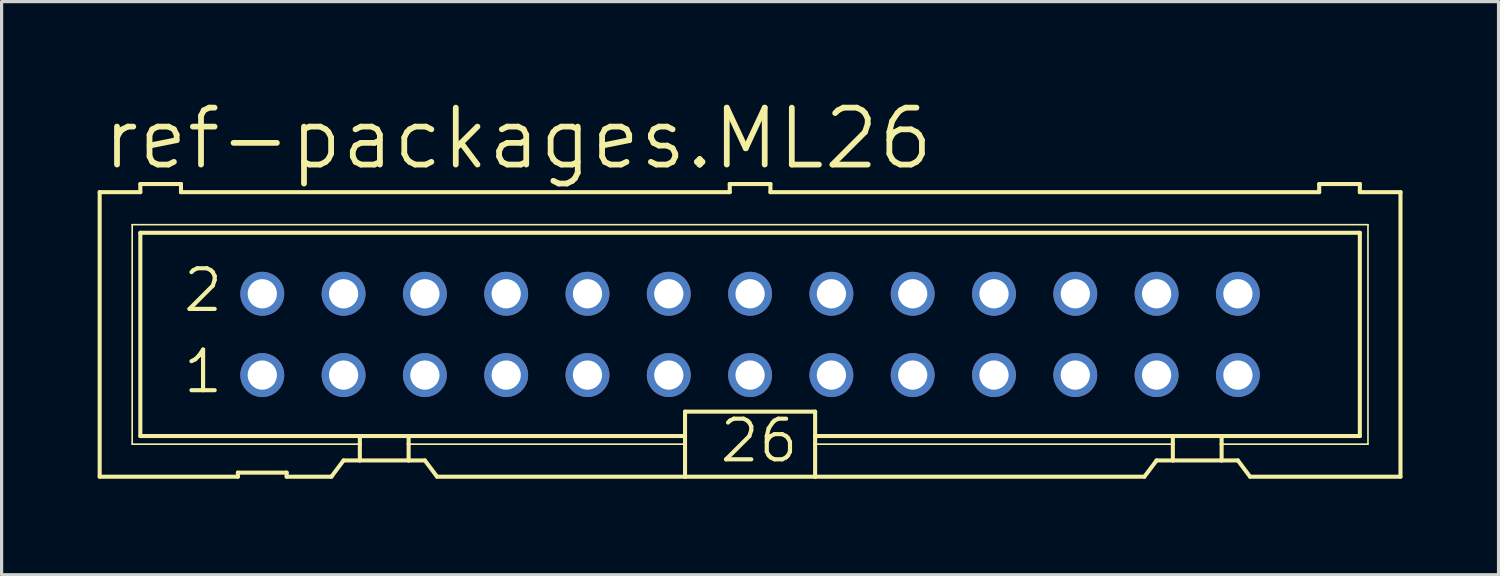
<source format=kicad_pcb>
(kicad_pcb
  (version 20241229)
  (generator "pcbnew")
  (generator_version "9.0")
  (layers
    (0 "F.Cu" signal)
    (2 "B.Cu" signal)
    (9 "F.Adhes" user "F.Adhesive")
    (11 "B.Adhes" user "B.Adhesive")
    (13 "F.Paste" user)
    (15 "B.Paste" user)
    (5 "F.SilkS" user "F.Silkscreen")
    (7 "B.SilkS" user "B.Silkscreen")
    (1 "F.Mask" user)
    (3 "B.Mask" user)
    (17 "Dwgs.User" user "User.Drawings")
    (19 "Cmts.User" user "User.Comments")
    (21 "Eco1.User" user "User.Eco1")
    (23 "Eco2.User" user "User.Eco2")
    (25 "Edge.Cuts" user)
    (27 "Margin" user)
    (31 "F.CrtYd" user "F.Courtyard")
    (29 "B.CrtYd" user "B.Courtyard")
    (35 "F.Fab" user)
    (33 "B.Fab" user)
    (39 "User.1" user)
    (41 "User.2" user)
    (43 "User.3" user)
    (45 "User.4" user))
  (footprint "ref-packages.ML26"
    (layer "F.Cu")
    (at 20.384 7.398)
    (property "Reference" "ref-packages.ML26" (at -20.32 -5.08 0) (layer "F.SilkS") (effects (font (size 1.778 1.778) (thickness 0.18)) (justify left bottom)))
    (attr through_hole)
    (fp_line (start -20.32 -4.445) (end -20.32 4.445) (stroke (width 0.127) (type default)) (layer "F.SilkS"))
    (fp_line (start -20.32 -4.445) (end -19.05 -4.445) (stroke (width 0.127) (type default)) (layer "F.SilkS"))
    (fp_line (start -20.32 4.445) (end -16.002 4.445) (stroke (width 0.127) (type default)) (layer "F.SilkS"))
    (fp_line (start -19.304 -3.429) (end -19.304 3.429) (stroke (width 0.051) (type default)) (layer "F.SilkS"))
    (fp_line (start -19.304 3.429) (end -12.192 3.429) (stroke (width 0.051) (type default)) (layer "F.SilkS"))
    (fp_line (start -19.05 -4.699) (end -19.05 -4.445) (stroke (width 0.127) (type default)) (layer "F.SilkS"))
    (fp_line (start -19.05 -3.175) (end -19.05 3.175) (stroke (width 0.127) (type default)) (layer "F.SilkS"))
    (fp_line (start -19.05 -3.175) (end 19.05 -3.175) (stroke (width 0.127) (type default)) (layer "F.SilkS"))
    (fp_line (start -17.78 -4.699) (end -19.05 -4.699) (stroke (width 0.127) (type default)) (layer "F.SilkS"))
    (fp_line (start -17.78 -4.699) (end -17.78 -4.445) (stroke (width 0.127) (type default)) (layer "F.SilkS"))
    (fp_line (start -17.78 -4.445) (end -0.635 -4.445) (stroke (width 0.127) (type default)) (layer "F.SilkS"))
    (fp_line (start -16.002 4.318) (end -16.002 4.445) (stroke (width 0.127) (type default)) (layer "F.SilkS"))
    (fp_line (start -16.002 4.318) (end -14.478 4.318) (stroke (width 0.127) (type default)) (layer "F.SilkS"))
    (fp_line (start -14.478 4.445) (end -14.478 4.318) (stroke (width 0.127) (type default)) (layer "F.SilkS"))
    (fp_line (start -14.478 4.445) (end -13.081 4.445) (stroke (width 0.127) (type default)) (layer "F.SilkS"))
    (fp_line (start -13.081 4.445) (end -12.7 3.937) (stroke (width 0.127) (type default)) (layer "F.SilkS"))
    (fp_line (start -12.192 3.175) (end -19.05 3.175) (stroke (width 0.127) (type default)) (layer "F.SilkS"))
    (fp_line (start -12.192 3.175) (end -12.192 3.429) (stroke (width 0.127) (type default)) (layer "F.SilkS"))
    (fp_line (start -12.192 3.429) (end -12.192 3.937) (stroke (width 0.127) (type default)) (layer "F.SilkS"))
    (fp_line (start -12.192 3.937) (end -12.7 3.937) (stroke (width 0.127) (type default)) (layer "F.SilkS"))
    (fp_line (start -10.668 3.175) (end -12.192 3.175) (stroke (width 0.127) (type default)) (layer "F.SilkS"))
    (fp_line (start -10.668 3.175) (end -10.668 3.429) (stroke (width 0.127) (type default)) (layer "F.SilkS"))
    (fp_line (start -10.668 3.429) (end -10.668 3.937) (stroke (width 0.127) (type default)) (layer "F.SilkS"))
    (fp_line (start -10.668 3.429) (end -2.032 3.429) (stroke (width 0.051) (type default)) (layer "F.SilkS"))
    (fp_line (start -10.668 3.937) (end -12.192 3.937) (stroke (width 0.127) (type default)) (layer "F.SilkS"))
    (fp_line (start -10.16 3.937) (end -10.668 3.937) (stroke (width 0.127) (type default)) (layer "F.SilkS"))
    (fp_line (start -10.16 3.937) (end -9.779 4.445) (stroke (width 0.127) (type default)) (layer "F.SilkS"))
    (fp_line (start -9.779 4.445) (end -2.032 4.445) (stroke (width 0.127) (type default)) (layer "F.SilkS"))
    (fp_line (start -2.032 3.175) (end -10.668 3.175) (stroke (width 0.127) (type default)) (layer "F.SilkS"))
    (fp_line (start -2.032 3.175) (end -2.032 2.413) (stroke (width 0.127) (type default)) (layer "F.SilkS"))
    (fp_line (start -2.032 3.175) (end -2.032 3.429) (stroke (width 0.127) (type default)) (layer "F.SilkS"))
    (fp_line (start -2.032 3.429) (end -2.032 4.445) (stroke (width 0.127) (type default)) (layer "F.SilkS"))
    (fp_line (start -0.635 -4.699) (end -0.635 -4.445) (stroke (width 0.127) (type default)) (layer "F.SilkS"))
    (fp_line (start 0.635 -4.699) (end -0.635 -4.699) (stroke (width 0.127) (type default)) (layer "F.SilkS"))
    (fp_line (start 0.635 -4.699) (end 0.635 -4.445) (stroke (width 0.127) (type default)) (layer "F.SilkS"))
    (fp_line (start 0.635 -4.445) (end 17.78 -4.445) (stroke (width 0.127) (type default)) (layer "F.SilkS"))
    (fp_line (start 2.032 2.413) (end -2.032 2.413) (stroke (width 0.127) (type default)) (layer "F.SilkS"))
    (fp_line (start 2.032 2.413) (end 2.032 3.175) (stroke (width 0.127) (type default)) (layer "F.SilkS"))
    (fp_line (start 2.032 3.175) (end 2.032 3.429) (stroke (width 0.127) (type default)) (layer "F.SilkS"))
    (fp_line (start 2.032 3.429) (end 2.032 4.445) (stroke (width 0.127) (type default)) (layer "F.SilkS"))
    (fp_line (start 2.032 4.445) (end -2.032 4.445) (stroke (width 0.127) (type default)) (layer "F.SilkS"))
    (fp_line (start 12.319 4.445) (end 2.032 4.445) (stroke (width 0.127) (type default)) (layer "F.SilkS"))
    (fp_line (start 12.319 4.445) (end 12.7 3.937) (stroke (width 0.127) (type default)) (layer "F.SilkS"))
    (fp_line (start 13.208 3.175) (end 2.032 3.175) (stroke (width 0.127) (type default)) (layer "F.SilkS"))
    (fp_line (start 13.208 3.175) (end 13.208 3.429) (stroke (width 0.127) (type default)) (layer "F.SilkS"))
    (fp_line (start 13.208 3.429) (end 2.032 3.429) (stroke (width 0.051) (type default)) (layer "F.SilkS"))
    (fp_line (start 13.208 3.429) (end 13.208 3.937) (stroke (width 0.127) (type default)) (layer "F.SilkS"))
    (fp_line (start 13.208 3.937) (end 12.7 3.937) (stroke (width 0.127) (type default)) (layer "F.SilkS"))
    (fp_line (start 14.732 3.175) (end 13.208 3.175) (stroke (width 0.127) (type default)) (layer "F.SilkS"))
    (fp_line (start 14.732 3.175) (end 14.732 3.429) (stroke (width 0.127) (type default)) (layer "F.SilkS"))
    (fp_line (start 14.732 3.429) (end 14.732 3.937) (stroke (width 0.127) (type default)) (layer "F.SilkS"))
    (fp_line (start 14.732 3.429) (end 19.304 3.429) (stroke (width 0.051) (type default)) (layer "F.SilkS"))
    (fp_line (start 14.732 3.937) (end 13.208 3.937) (stroke (width 0.127) (type default)) (layer "F.SilkS"))
    (fp_line (start 15.24 3.937) (end 14.732 3.937) (stroke (width 0.127) (type default)) (layer "F.SilkS"))
    (fp_line (start 15.24 3.937) (end 15.621 4.445) (stroke (width 0.127) (type default)) (layer "F.SilkS"))
    (fp_line (start 17.78 -4.445) (end 17.78 -4.699) (stroke (width 0.127) (type default)) (layer "F.SilkS"))
    (fp_line (start 19.05 -4.699) (end 17.78 -4.699) (stroke (width 0.127) (type default)) (layer "F.SilkS"))
    (fp_line (start 19.05 -4.445) (end 19.05 -4.699) (stroke (width 0.127) (type default)) (layer "F.SilkS"))
    (fp_line (start 19.05 -4.445) (end 20.32 -4.445) (stroke (width 0.127) (type default)) (layer "F.SilkS"))
    (fp_line (start 19.05 3.175) (end 14.732 3.175) (stroke (width 0.127) (type default)) (layer "F.SilkS"))
    (fp_line (start 19.05 3.175) (end 19.05 -3.175) (stroke (width 0.127) (type default)) (layer "F.SilkS"))
    (fp_line (start 19.304 -3.429) (end -19.304 -3.429) (stroke (width 0.051) (type default)) (layer "F.SilkS"))
    (fp_line (start 19.304 3.429) (end 19.304 -3.429) (stroke (width 0.051) (type default)) (layer "F.SilkS"))
    (fp_line (start 20.32 4.445) (end 15.621 4.445) (stroke (width 0.127) (type default)) (layer "F.SilkS"))
    (fp_line (start 20.32 4.445) (end 20.32 -4.445) (stroke (width 0.127) (type default)) (layer "F.SilkS"))
    (fp_rect (start -15.494 -1.016) (end -14.986 -1.524) (stroke (width 0.05) (type default)) (fill no) (layer "F.Fab"))
    (fp_rect (start -15.494 1.524) (end -14.986 1.016) (stroke (width 0.05) (type default)) (fill no) (layer "F.Fab"))
    (fp_rect (start -12.954 -1.016) (end -12.446 -1.524) (stroke (width 0.05) (type default)) (fill no) (layer "F.Fab"))
    (fp_rect (start -12.954 1.524) (end -12.446 1.016) (stroke (width 0.05) (type default)) (fill no) (layer "F.Fab"))
    (fp_rect (start -10.414 -1.016) (end -9.906 -1.524) (stroke (width 0.05) (type default)) (fill no) (layer "F.Fab"))
    (fp_rect (start -10.414 1.524) (end -9.906 1.016) (stroke (width 0.05) (type default)) (fill no) (layer "F.Fab"))
    (fp_rect (start -7.874 -1.016) (end -7.366 -1.524) (stroke (width 0.05) (type default)) (fill no) (layer "F.Fab"))
    (fp_rect (start -7.874 1.524) (end -7.366 1.016) (stroke (width 0.05) (type default)) (fill no) (layer "F.Fab"))
    (fp_rect (start -5.334 -1.016) (end -4.826 -1.524) (stroke (width 0.05) (type default)) (fill no) (layer "F.Fab"))
    (fp_rect (start -5.334 1.524) (end -4.826 1.016) (stroke (width 0.05) (type default)) (fill no) (layer "F.Fab"))
    (fp_rect (start -2.794 -1.016) (end -2.286 -1.524) (stroke (width 0.05) (type default)) (fill no) (layer "F.Fab"))
    (fp_rect (start -2.794 1.524) (end -2.286 1.016) (stroke (width 0.05) (type default)) (fill no) (layer "F.Fab"))
    (fp_rect (start -0.254 -1.016) (end 0.254 -1.524) (stroke (width 0.05) (type default)) (fill no) (layer "F.Fab"))
    (fp_rect (start -0.254 1.524) (end 0.254 1.016) (stroke (width 0.05) (type default)) (fill no) (layer "F.Fab"))
    (fp_rect (start 2.286 -1.016) (end 2.794 -1.524) (stroke (width 0.05) (type default)) (fill no) (layer "F.Fab"))
    (fp_rect (start 2.286 1.524) (end 2.794 1.016) (stroke (width 0.05) (type default)) (fill no) (layer "F.Fab"))
    (fp_rect (start 4.826 -1.016) (end 5.334 -1.524) (stroke (width 0.05) (type default)) (fill no) (layer "F.Fab"))
    (fp_rect (start 4.826 1.524) (end 5.334 1.016) (stroke (width 0.05) (type default)) (fill no) (layer "F.Fab"))
    (fp_rect (start 7.366 -1.016) (end 7.874 -1.524) (stroke (width 0.05) (type default)) (fill no) (layer "F.Fab"))
    (fp_rect (start 7.366 1.524) (end 7.874 1.016) (stroke (width 0.05) (type default)) (fill no) (layer "F.Fab"))
    (fp_rect (start 9.906 -1.016) (end 10.414 -1.524) (stroke (width 0.05) (type default)) (fill no) (layer "F.Fab"))
    (fp_rect (start 9.906 1.524) (end 10.414 1.016) (stroke (width 0.05) (type default)) (fill no) (layer "F.Fab"))
    (fp_rect (start 12.446 -1.016) (end 12.954 -1.524) (stroke (width 0.05) (type default)) (fill no) (layer "F.Fab"))
    (fp_rect (start 12.446 1.524) (end 12.954 1.016) (stroke (width 0.05) (type default)) (fill no) (layer "F.Fab"))
    (fp_rect (start 14.986 -1.016) (end 15.494 -1.524) (stroke (width 0.05) (type default)) (fill no) (layer "F.Fab"))
    (fp_rect (start 14.986 1.524) (end 15.494 1.016) (stroke (width 0.05) (type default)) (fill no) (layer "F.Fab"))
    (fp_text user "26" (at -1.016 4.064 0) (layer "F.SilkS") (effects (font (size 1.27 1.27) (thickness 0.13)) (justify left bottom)))
    (fp_text user "2" (at -17.78 -0.635 0) (layer "F.SilkS") (effects (font (size 1.27 1.27) (thickness 0.13)) (justify left bottom)))
    (fp_text user "1" (at -17.78 1.905 0) (layer "F.SilkS") (effects (font (size 1.27 1.27) (thickness 0.13)) (justify left bottom)))
    (pad "1" thru_hole circle (at -15.24 1.27) (size 1.372 1.372) (drill 0.914) (layers "*.Cu" "*.Mask"))
    (pad "2" thru_hole circle (at -15.24 -1.27) (size 1.372 1.372) (drill 0.914) (layers "*.Cu" "*.Mask"))
    (pad "3" thru_hole circle (at -12.7 1.27) (size 1.372 1.372) (drill 0.914) (layers "*.Cu" "*.Mask"))
    (pad "4" thru_hole circle (at -12.7 -1.27) (size 1.372 1.372) (drill 0.914) (layers "*.Cu" "*.Mask"))
    (pad "5" thru_hole circle (at -10.16 1.27) (size 1.372 1.372) (drill 0.914) (layers "*.Cu" "*.Mask"))
    (pad "6" thru_hole circle (at -10.16 -1.27) (size 1.372 1.372) (drill 0.914) (layers "*.Cu" "*.Mask"))
    (pad "7" thru_hole circle (at -7.62 1.27) (size 1.372 1.372) (drill 0.914) (layers "*.Cu" "*.Mask"))
    (pad "8" thru_hole circle (at -7.62 -1.27) (size 1.372 1.372) (drill 0.914) (layers "*.Cu" "*.Mask"))
    (pad "9" thru_hole circle (at -5.08 1.27) (size 1.372 1.372) (drill 0.914) (layers "*.Cu" "*.Mask"))
    (pad "10" thru_hole circle (at -5.08 -1.27) (size 1.372 1.372) (drill 0.914) (layers "*.Cu" "*.Mask"))
    (pad "11" thru_hole circle (at -2.54 1.27) (size 1.372 1.372) (drill 0.914) (layers "*.Cu" "*.Mask"))
    (pad "12" thru_hole circle (at -2.54 -1.27) (size 1.372 1.372) (drill 0.914) (layers "*.Cu" "*.Mask"))
    (pad "13" thru_hole circle (at 0 1.27) (size 1.372 1.372) (drill 0.914) (layers "*.Cu" "*.Mask"))
    (pad "14" thru_hole circle (at 0 -1.27) (size 1.372 1.372) (drill 0.914) (layers "*.Cu" "*.Mask"))
    (pad "15" thru_hole circle (at 2.54 1.27) (size 1.372 1.372) (drill 0.914) (layers "*.Cu" "*.Mask"))
    (pad "16" thru_hole circle (at 2.54 -1.27) (size 1.372 1.372) (drill 0.914) (layers "*.Cu" "*.Mask"))
    (pad "17" thru_hole circle (at 5.08 1.27) (size 1.372 1.372) (drill 0.914) (layers "*.Cu" "*.Mask"))
    (pad "18" thru_hole circle (at 5.08 -1.27) (size 1.372 1.372) (drill 0.914) (layers "*.Cu" "*.Mask"))
    (pad "19" thru_hole circle (at 7.62 1.27) (size 1.372 1.372) (drill 0.914) (layers "*.Cu" "*.Mask"))
    (pad "20" thru_hole circle (at 7.62 -1.27) (size 1.372 1.372) (drill 0.914) (layers "*.Cu" "*.Mask"))
    (pad "21" thru_hole circle (at 10.16 1.27) (size 1.372 1.372) (drill 0.914) (layers "*.Cu" "*.Mask"))
    (pad "22" thru_hole circle (at 10.16 -1.27) (size 1.372 1.372) (drill 0.914) (layers "*.Cu" "*.Mask"))
    (pad "23" thru_hole circle (at 12.7 1.27) (size 1.372 1.372) (drill 0.914) (layers "*.Cu" "*.Mask"))
    (pad "24" thru_hole circle (at 12.7 -1.27) (size 1.372 1.372) (drill 0.914) (layers "*.Cu" "*.Mask"))
    (pad "25" thru_hole circle (at 15.24 1.27) (size 1.372 1.372) (drill 0.914) (layers "*.Cu" "*.Mask"))
    (pad "26" thru_hole circle (at 15.24 -1.27) (size 1.372 1.372) (drill 0.914) (layers "*.Cu" "*.Mask")))
  (gr_rect
    (start -3 -3)
    (end 43.767 14.906)
    (stroke (width 0.1) (type default))
    (fill no)
    (layer "Edge.Cuts")))
</source>
